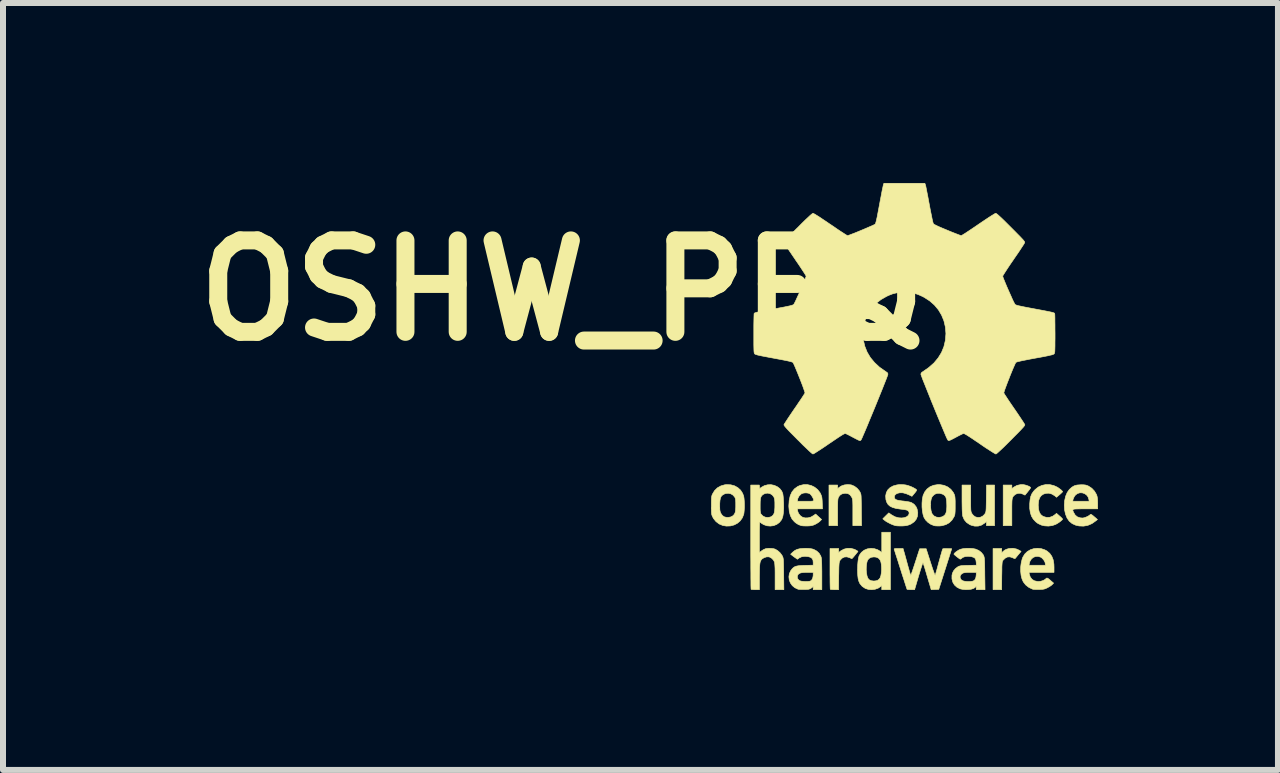
<source format=kicad_pcb>
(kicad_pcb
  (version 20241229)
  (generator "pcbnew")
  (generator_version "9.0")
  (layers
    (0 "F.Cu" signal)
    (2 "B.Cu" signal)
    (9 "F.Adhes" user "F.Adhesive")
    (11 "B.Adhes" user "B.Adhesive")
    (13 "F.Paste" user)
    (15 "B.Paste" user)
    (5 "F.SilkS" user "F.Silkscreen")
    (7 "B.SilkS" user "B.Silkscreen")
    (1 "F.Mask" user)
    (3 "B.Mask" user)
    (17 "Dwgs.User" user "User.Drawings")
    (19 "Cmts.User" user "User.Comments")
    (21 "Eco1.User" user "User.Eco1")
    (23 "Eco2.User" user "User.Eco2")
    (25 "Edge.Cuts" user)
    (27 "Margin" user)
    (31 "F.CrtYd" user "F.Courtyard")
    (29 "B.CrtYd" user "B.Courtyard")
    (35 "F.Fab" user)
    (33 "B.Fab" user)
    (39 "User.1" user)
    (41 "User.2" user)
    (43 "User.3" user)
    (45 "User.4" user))
  (footprint "OSHW_PEQ"
    (layer "F.Cu")
    (at 12.021 3.392)
    (property "Reference" "OSHW_PEQ" (at -5.7 -1.6 0) (layer "F.SilkS") (effects (font (size 1.524 1.524) (thickness 0.3))))
    (attr through_hole)
    (fp_poly (pts (xy 2.013 1.641) (xy 2.044 1.65) (xy 2.073 1.661) (xy 2.096 1.673) (xy 2.107 1.684) (xy 2.108 1.687) (xy 2.103 1.697) (xy 2.09 1.717) (xy 2.07 1.742) (xy 2.061 1.754) (xy 2.014 1.811) (xy 1.979 1.794) (xy 1.936 1.78) (xy 1.893 1.782) (xy 1.854 1.798) (xy 1.822 1.827) (xy 1.81 1.846) (xy 1.805 1.857) (xy 1.802 1.87) (xy 1.799 1.889) (xy 1.797 1.914) (xy 1.796 1.948) (xy 1.795 1.994) (xy 1.795 2.053) (xy 1.795 2.098) (xy 1.795 2.32) (xy 1.651 2.32) (xy 1.651 1.643) (xy 1.795 1.643) (xy 1.795 1.702) (xy 1.828 1.678) (xy 1.881 1.649) (xy 1.941 1.636) (xy 1.984 1.636) (xy 2.013 1.641)) (stroke (width 0.01) (type solid)) (fill yes) (layer "F.SilkS"))
    (fp_poly (pts (xy 1.872 2.709) (xy 1.917 2.729) (xy 1.949 2.749) (xy 1.9 2.807) (xy 1.878 2.834) (xy 1.861 2.855) (xy 1.85 2.867) (xy 1.848 2.87) (xy 1.84 2.868) (xy 1.821 2.861) (xy 1.807 2.854) (xy 1.763 2.84) (xy 1.722 2.842) (xy 1.684 2.862) (xy 1.648 2.897) (xy 1.647 2.899) (xy 1.642 2.907) (xy 1.638 2.916) (xy 1.635 2.929) (xy 1.633 2.947) (xy 1.631 2.973) (xy 1.629 3.008) (xy 1.629 3.056) (xy 1.628 3.117) (xy 1.627 3.154) (xy 1.625 3.387) (xy 1.482 3.387) (xy 1.482 2.701) (xy 1.626 2.701) (xy 1.626 2.772) (xy 1.649 2.75) (xy 1.676 2.728) (xy 1.704 2.714) (xy 1.74 2.703) (xy 1.754 2.701) (xy 1.814 2.697) (xy 1.872 2.709)) (stroke (width 0.01) (type solid)) (fill yes) (layer "F.SilkS"))
    (fp_poly (pts (xy 1.109 1.861) (xy 1.109 1.928) (xy 1.109 1.98) (xy 1.11 2.02) (xy 1.111 2.049) (xy 1.113 2.071) (xy 1.116 2.087) (xy 1.12 2.099) (xy 1.125 2.111) (xy 1.128 2.117) (xy 1.156 2.152) (xy 1.19 2.175) (xy 1.229 2.184) (xy 1.269 2.18) (xy 1.307 2.163) (xy 1.339 2.133) (xy 1.35 2.117) (xy 1.355 2.107) (xy 1.359 2.095) (xy 1.363 2.08) (xy 1.365 2.06) (xy 1.367 2.031) (xy 1.368 1.992) (xy 1.369 1.941) (xy 1.37 1.876) (xy 1.37 1.865) (xy 1.373 1.643) (xy 1.507 1.643) (xy 1.507 2.32) (xy 1.372 2.32) (xy 1.372 2.251) (xy 1.338 2.28) (xy 1.289 2.311) (xy 1.235 2.327) (xy 1.177 2.328) (xy 1.118 2.313) (xy 1.091 2.301) (xy 1.04 2.266) (xy 1.002 2.221) (xy 0.978 2.166) (xy 0.974 2.15) (xy 0.972 2.129) (xy 0.969 2.093) (xy 0.967 2.045) (xy 0.966 1.987) (xy 0.965 1.921) (xy 0.965 1.875) (xy 0.965 1.643) (xy 1.109 1.643) (xy 1.109 1.861)) (stroke (width 0.01) (type solid)) (fill yes) (layer "F.SilkS"))
    (fp_poly (pts (xy -0.89 2.698) (xy -0.833 2.713) (xy -0.815 2.721) (xy -0.791 2.734) (xy -0.775 2.744) (xy -0.77 2.748) (xy -0.775 2.757) (xy -0.789 2.774) (xy -0.807 2.797) (xy -0.827 2.821) (xy -0.846 2.844) (xy -0.862 2.861) (xy -0.87 2.87) (xy -0.871 2.87) (xy -0.88 2.867) (xy -0.9 2.858) (xy -0.912 2.853) (xy -0.955 2.84) (xy -0.997 2.843) (xy -1.035 2.862) (xy -1.066 2.894) (xy -1.073 2.907) (xy -1.078 2.917) (xy -1.081 2.931) (xy -1.084 2.949) (xy -1.086 2.976) (xy -1.088 3.012) (xy -1.089 3.059) (xy -1.09 3.121) (xy -1.091 3.16) (xy -1.093 3.387) (xy -1.159 3.387) (xy -1.191 3.386) (xy -1.216 3.384) (xy -1.23 3.382) (xy -1.23 3.381) (xy -1.232 3.372) (xy -1.233 3.347) (xy -1.234 3.309) (xy -1.235 3.26) (xy -1.235 3.201) (xy -1.236 3.135) (xy -1.236 3.062) (xy -1.236 3.038) (xy -1.236 2.701) (xy -1.092 2.701) (xy -1.092 2.768) (xy -1.054 2.739) (xy -1.004 2.712) (xy -0.949 2.698) (xy -0.89 2.698)) (stroke (width 0.01) (type solid)) (fill yes) (layer "F.SilkS"))
    (fp_poly (pts (xy -0.885 1.64) (xy -0.876 1.643) (xy -0.829 1.663) (xy -0.785 1.696) (xy -0.75 1.736) (xy -0.737 1.758) (xy -0.731 1.77) (xy -0.726 1.781) (xy -0.722 1.794) (xy -0.719 1.811) (xy -0.717 1.833) (xy -0.716 1.863) (xy -0.715 1.902) (xy -0.714 1.953) (xy -0.713 2.018) (xy -0.713 2.06) (xy -0.71 2.32) (xy -0.855 2.32) (xy -0.855 2.102) (xy -0.855 2.035) (xy -0.855 1.983) (xy -0.856 1.943) (xy -0.857 1.913) (xy -0.859 1.892) (xy -0.862 1.875) (xy -0.866 1.862) (xy -0.872 1.85) (xy -0.874 1.845) (xy -0.9 1.809) (xy -0.934 1.787) (xy -0.977 1.78) (xy -0.993 1.781) (xy -1.038 1.791) (xy -1.073 1.815) (xy -1.094 1.846) (xy -1.099 1.857) (xy -1.102 1.87) (xy -1.105 1.889) (xy -1.107 1.914) (xy -1.108 1.948) (xy -1.109 1.994) (xy -1.109 2.053) (xy -1.109 2.098) (xy -1.109 2.32) (xy -1.253 2.32) (xy -1.253 1.643) (xy -1.109 1.643) (xy -1.109 1.705) (xy -1.09 1.687) (xy -1.048 1.659) (xy -0.996 1.641) (xy -0.94 1.635) (xy -0.885 1.64)) (stroke (width 0.01) (type solid)) (fill yes) (layer "F.SilkS"))
    (fp_poly (pts (xy 2.428 1.636) (xy 2.495 1.652) (xy 2.558 1.681) (xy 2.617 1.725) (xy 2.618 1.726) (xy 2.633 1.741) (xy 2.641 1.752) (xy 2.642 1.753) (xy 2.636 1.761) (xy 2.62 1.777) (xy 2.597 1.798) (xy 2.591 1.803) (xy 2.54 1.847) (xy 2.513 1.824) (xy 2.465 1.794) (xy 2.414 1.779) (xy 2.363 1.781) (xy 2.323 1.794) (xy 2.286 1.818) (xy 2.26 1.853) (xy 2.243 1.899) (xy 2.236 1.958) (xy 2.235 1.981) (xy 2.24 2.045) (xy 2.253 2.095) (xy 2.276 2.134) (xy 2.309 2.161) (xy 2.323 2.168) (xy 2.375 2.183) (xy 2.426 2.181) (xy 2.476 2.163) (xy 2.512 2.138) (xy 2.54 2.115) (xy 2.591 2.16) (xy 2.615 2.181) (xy 2.632 2.199) (xy 2.641 2.209) (xy 2.642 2.21) (xy 2.635 2.221) (xy 2.617 2.238) (xy 2.592 2.258) (xy 2.564 2.277) (xy 2.535 2.294) (xy 2.523 2.3) (xy 2.468 2.319) (xy 2.405 2.327) (xy 2.34 2.323) (xy 2.289 2.311) (xy 2.231 2.284) (xy 2.193 2.255) (xy 2.152 2.211) (xy 2.122 2.161) (xy 2.103 2.102) (xy 2.093 2.034) (xy 2.093 1.955) (xy 2.099 1.889) (xy 2.11 1.835) (xy 2.128 1.79) (xy 2.156 1.749) (xy 2.184 1.718) (xy 2.237 1.676) (xy 2.297 1.649) (xy 2.362 1.635) (xy 2.428 1.636)) (stroke (width 0.01) (type solid)) (fill yes) (layer "F.SilkS"))
    (fp_poly (pts (xy -0.229 3.387) (xy -0.373 3.387) (xy -0.373 3.316) (xy -0.392 3.334) (xy -0.433 3.362) (xy -0.484 3.38) (xy -0.54 3.387) (xy -0.595 3.383) (xy -0.647 3.367) (xy -0.65 3.365) (xy -0.7 3.331) (xy -0.737 3.287) (xy -0.757 3.243) (xy -0.767 3.203) (xy -0.773 3.152) (xy -0.776 3.094) (xy -0.776 3.058) (xy -0.632 3.058) (xy -0.628 3.108) (xy -0.618 3.161) (xy -0.603 3.199) (xy -0.58 3.224) (xy -0.548 3.238) (xy -0.506 3.243) (xy -0.505 3.243) (xy -0.475 3.24) (xy -0.448 3.234) (xy -0.441 3.23) (xy -0.418 3.214) (xy -0.4 3.189) (xy -0.388 3.154) (xy -0.38 3.107) (xy -0.376 3.059) (xy -0.377 3.009) (xy -0.381 2.961) (xy -0.389 2.921) (xy -0.401 2.893) (xy -0.402 2.891) (xy -0.429 2.861) (xy -0.466 2.845) (xy -0.504 2.841) (xy -0.549 2.847) (xy -0.584 2.866) (xy -0.606 2.891) (xy -0.618 2.919) (xy -0.626 2.959) (xy -0.631 3.007) (xy -0.632 3.058) (xy -0.776 3.058) (xy -0.776 3.032) (xy -0.774 2.971) (xy -0.769 2.913) (xy -0.762 2.864) (xy -0.752 2.826) (xy -0.746 2.813) (xy -0.713 2.766) (xy -0.668 2.73) (xy -0.614 2.707) (xy -0.553 2.698) (xy -0.55 2.698) (xy -0.495 2.704) (xy -0.443 2.721) (xy -0.4 2.746) (xy -0.392 2.754) (xy -0.373 2.772) (xy -0.373 2.43) (xy -0.229 2.43) (xy -0.229 3.387)) (stroke (width 0.01) (type solid)) (fill yes) (layer "F.SilkS"))
    (fp_poly (pts (xy 2.284 2.703) (xy 2.344 2.723) (xy 2.381 2.743) (xy 2.427 2.782) (xy 2.461 2.831) (xy 2.484 2.889) (xy 2.496 2.96) (xy 2.498 3.01) (xy 2.498 3.099) (xy 2.081 3.099) (xy 2.087 3.131) (xy 2.103 3.178) (xy 2.132 3.215) (xy 2.171 3.239) (xy 2.221 3.25) (xy 2.237 3.251) (xy 2.277 3.247) (xy 2.316 3.235) (xy 2.347 3.218) (xy 2.361 3.206) (xy 2.37 3.197) (xy 2.38 3.193) (xy 2.393 3.197) (xy 2.411 3.209) (xy 2.437 3.231) (xy 2.46 3.251) (xy 2.491 3.278) (xy 2.467 3.303) (xy 2.447 3.32) (xy 2.417 3.339) (xy 2.388 3.355) (xy 2.36 3.368) (xy 2.337 3.376) (xy 2.311 3.381) (xy 2.279 3.383) (xy 2.248 3.384) (xy 2.21 3.384) (xy 2.175 3.383) (xy 2.15 3.381) (xy 2.142 3.379) (xy 2.08 3.35) (xy 2.026 3.308) (xy 1.986 3.257) (xy 1.964 3.207) (xy 1.949 3.147) (xy 1.942 3.079) (xy 1.943 3.008) (xy 1.946 2.98) (xy 2.081 2.98) (xy 2.354 2.98) (xy 2.354 2.961) (xy 2.347 2.927) (xy 2.327 2.892) (xy 2.3 2.862) (xy 2.278 2.846) (xy 2.234 2.832) (xy 2.191 2.834) (xy 2.152 2.849) (xy 2.12 2.877) (xy 2.096 2.916) (xy 2.087 2.949) (xy 2.081 2.98) (xy 1.946 2.98) (xy 1.952 2.938) (xy 1.968 2.873) (xy 1.979 2.845) (xy 2.011 2.793) (xy 2.053 2.752) (xy 2.104 2.722) (xy 2.162 2.703) (xy 2.222 2.697) (xy 2.284 2.703)) (stroke (width 0.01) (type solid)) (fill yes) (layer "F.SilkS"))
    (fp_poly (pts (xy 0.597 1.636) (xy 0.666 1.648) (xy 0.727 1.675) (xy 0.778 1.714) (xy 0.819 1.767) (xy 0.833 1.794) (xy 0.839 1.81) (xy 0.844 1.826) (xy 0.847 1.846) (xy 0.849 1.873) (xy 0.851 1.909) (xy 0.851 1.958) (xy 0.851 1.981) (xy 0.851 2.036) (xy 0.85 2.077) (xy 0.848 2.107) (xy 0.846 2.129) (xy 0.841 2.147) (xy 0.836 2.162) (xy 0.833 2.169) (xy 0.797 2.227) (xy 0.751 2.272) (xy 0.695 2.303) (xy 0.63 2.321) (xy 0.595 2.325) (xy 0.56 2.325) (xy 0.528 2.324) (xy 0.505 2.321) (xy 0.504 2.321) (xy 0.447 2.299) (xy 0.397 2.266) (xy 0.356 2.224) (xy 0.33 2.181) (xy 0.315 2.134) (xy 0.304 2.075) (xy 0.298 2.01) (xy 0.298 1.969) (xy 0.44 1.969) (xy 0.442 2.02) (xy 0.448 2.067) (xy 0.459 2.106) (xy 0.469 2.127) (xy 0.499 2.159) (xy 0.539 2.178) (xy 0.583 2.183) (xy 0.628 2.174) (xy 0.644 2.167) (xy 0.67 2.15) (xy 0.688 2.129) (xy 0.7 2.099) (xy 0.708 2.06) (xy 0.711 2.007) (xy 0.711 1.981) (xy 0.709 1.923) (xy 0.704 1.878) (xy 0.695 1.845) (xy 0.679 1.821) (xy 0.657 1.803) (xy 0.638 1.794) (xy 0.59 1.78) (xy 0.545 1.782) (xy 0.505 1.799) (xy 0.472 1.831) (xy 0.463 1.845) (xy 0.451 1.876) (xy 0.443 1.919) (xy 0.44 1.969) (xy 0.298 1.969) (xy 0.298 1.943) (xy 0.303 1.88) (xy 0.314 1.825) (xy 0.316 1.817) (xy 0.343 1.758) (xy 0.382 1.709) (xy 0.432 1.671) (xy 0.491 1.647) (xy 0.558 1.636) (xy 0.597 1.636)) (stroke (width 0.01) (type solid)) (fill yes) (layer "F.SilkS"))
    (fp_poly (pts (xy -1.611 1.636) (xy -1.549 1.651) (xy -1.492 1.679) (xy -1.442 1.719) (xy -1.402 1.771) (xy -1.39 1.795) (xy -1.38 1.819) (xy -1.373 1.842) (xy -1.369 1.871) (xy -1.366 1.908) (xy -1.365 1.941) (xy -1.361 2.04) (xy -1.778 2.04) (xy -1.778 2.06) (xy -1.774 2.079) (xy -1.765 2.105) (xy -1.759 2.117) (xy -1.731 2.154) (xy -1.695 2.179) (xy -1.651 2.191) (xy -1.603 2.19) (xy -1.554 2.177) (xy -1.506 2.149) (xy -1.503 2.147) (xy -1.476 2.126) (xy -1.426 2.172) (xy -1.376 2.217) (xy -1.401 2.243) (xy -1.422 2.261) (xy -1.452 2.281) (xy -1.479 2.296) (xy -1.51 2.31) (xy -1.538 2.318) (xy -1.57 2.323) (xy -1.606 2.325) (xy -1.645 2.325) (xy -1.68 2.324) (xy -1.708 2.321) (xy -1.713 2.32) (xy -1.761 2.303) (xy -1.805 2.275) (xy -1.83 2.254) (xy -1.869 2.209) (xy -1.897 2.152) (xy -1.915 2.084) (xy -1.922 2.003) (xy -1.922 1.984) (xy -1.917 1.913) (xy -1.78 1.913) (xy -1.644 1.913) (xy -1.593 1.913) (xy -1.556 1.913) (xy -1.532 1.911) (xy -1.517 1.909) (xy -1.51 1.906) (xy -1.507 1.901) (xy -1.507 1.898) (xy -1.512 1.876) (xy -1.526 1.847) (xy -1.544 1.818) (xy -1.563 1.796) (xy -1.569 1.791) (xy -1.598 1.778) (xy -1.636 1.773) (xy -1.674 1.776) (xy -1.707 1.786) (xy -1.715 1.791) (xy -1.751 1.826) (xy -1.772 1.866) (xy -1.775 1.882) (xy -1.78 1.913) (xy -1.917 1.913) (xy -1.916 1.896) (xy -1.899 1.821) (xy -1.87 1.758) (xy -1.829 1.707) (xy -1.777 1.669) (xy -1.739 1.651) (xy -1.675 1.636) (xy -1.611 1.636)) (stroke (width 0.01) (type solid)) (fill yes) (layer "F.SilkS"))
    (fp_poly (pts (xy -2.89 1.639) (xy -2.827 1.656) (xy -2.772 1.687) (xy -2.726 1.729) (xy -2.692 1.782) (xy -2.674 1.831) (xy -2.669 1.864) (xy -2.665 1.91) (xy -2.663 1.962) (xy -2.663 2.015) (xy -2.666 2.066) (xy -2.67 2.108) (xy -2.674 2.131) (xy -2.698 2.191) (xy -2.734 2.241) (xy -2.781 2.281) (xy -2.836 2.309) (xy -2.898 2.325) (xy -2.964 2.327) (xy -3.023 2.317) (xy -3.083 2.292) (xy -3.135 2.253) (xy -3.177 2.202) (xy -3.195 2.168) (xy -3.202 2.152) (xy -3.207 2.136) (xy -3.21 2.115) (xy -3.212 2.088) (xy -3.213 2.051) (xy -3.213 2.002) (xy -3.213 1.982) (xy -3.074 1.982) (xy -3.074 2.026) (xy -3.072 2.057) (xy -3.068 2.08) (xy -3.062 2.1) (xy -3.055 2.115) (xy -3.029 2.152) (xy -2.996 2.174) (xy -2.954 2.183) (xy -2.931 2.182) (xy -2.894 2.176) (xy -2.866 2.163) (xy -2.863 2.162) (xy -2.841 2.143) (xy -2.826 2.122) (xy -2.815 2.095) (xy -2.81 2.061) (xy -2.807 2.014) (xy -2.807 1.981) (xy -2.807 1.933) (xy -2.809 1.898) (xy -2.812 1.874) (xy -2.818 1.856) (xy -2.821 1.849) (xy -2.85 1.813) (xy -2.887 1.79) (xy -2.931 1.78) (xy -2.978 1.785) (xy -3 1.794) (xy -3.028 1.81) (xy -3.049 1.831) (xy -3.062 1.86) (xy -3.07 1.9) (xy -3.074 1.952) (xy -3.074 1.982) (xy -3.213 1.982) (xy -3.213 1.981) (xy -3.213 1.926) (xy -3.212 1.886) (xy -3.211 1.855) (xy -3.208 1.833) (xy -3.204 1.816) (xy -3.198 1.8) (xy -3.195 1.794) (xy -3.16 1.736) (xy -3.113 1.69) (xy -3.056 1.658) (xy -2.991 1.639) (xy -2.96 1.636) (xy -2.89 1.639)) (stroke (width 0.01) (type solid)) (fill yes) (layer "F.SilkS"))
    (fp_poly (pts (xy 2.99 1.639) (xy 3.019 1.642) (xy 3.043 1.648) (xy 3.069 1.659) (xy 3.075 1.662) (xy 3.128 1.697) (xy 3.172 1.744) (xy 3.204 1.798) (xy 3.209 1.809) (xy 3.217 1.836) (xy 3.222 1.866) (xy 3.225 1.904) (xy 3.226 1.948) (xy 3.226 2.04) (xy 3.018 2.04) (xy 2.952 2.04) (xy 2.9 2.041) (xy 2.863 2.042) (xy 2.836 2.044) (xy 2.82 2.048) (xy 2.813 2.055) (xy 2.811 2.064) (xy 2.815 2.077) (xy 2.822 2.093) (xy 2.824 2.098) (xy 2.85 2.142) (xy 2.886 2.173) (xy 2.932 2.189) (xy 2.972 2.193) (xy 2.999 2.189) (xy 3.031 2.178) (xy 3.064 2.163) (xy 3.089 2.147) (xy 3.098 2.139) (xy 3.105 2.133) (xy 3.114 2.132) (xy 3.127 2.138) (xy 3.147 2.153) (xy 3.175 2.177) (xy 3.188 2.188) (xy 3.222 2.218) (xy 3.196 2.239) (xy 3.131 2.285) (xy 3.062 2.315) (xy 2.99 2.328) (xy 2.916 2.325) (xy 2.859 2.312) (xy 2.8 2.285) (xy 2.752 2.245) (xy 2.715 2.192) (xy 2.689 2.126) (xy 2.674 2.056) (xy 2.67 1.976) (xy 2.675 1.913) (xy 2.81 1.913) (xy 3.084 1.913) (xy 3.079 1.882) (xy 3.065 1.84) (xy 3.04 1.808) (xy 3.006 1.785) (xy 2.968 1.773) (xy 2.929 1.772) (xy 2.89 1.784) (xy 2.857 1.808) (xy 2.841 1.828) (xy 2.826 1.855) (xy 2.816 1.881) (xy 2.815 1.886) (xy 2.81 1.913) (xy 2.675 1.913) (xy 2.676 1.899) (xy 2.692 1.829) (xy 2.718 1.768) (xy 2.753 1.718) (xy 2.757 1.714) (xy 2.796 1.679) (xy 2.835 1.656) (xy 2.881 1.643) (xy 2.936 1.639) (xy 2.951 1.638) (xy 2.99 1.639)) (stroke (width 0.01) (type solid)) (fill yes) (layer "F.SilkS"))
    (fp_poly (pts (xy -1.595 2.699) (xy -1.559 2.703) (xy -1.529 2.709) (xy -1.505 2.717) (xy -1.456 2.744) (xy -1.417 2.781) (xy -1.39 2.826) (xy -1.381 2.854) (xy -1.378 2.875) (xy -1.376 2.91) (xy -1.374 2.958) (xy -1.373 3.016) (xy -1.372 3.082) (xy -1.372 3.142) (xy -1.372 3.387) (xy -1.516 3.387) (xy -1.516 3.335) (xy -1.546 3.359) (xy -1.562 3.369) (xy -1.577 3.376) (xy -1.596 3.381) (xy -1.624 3.383) (xy -1.663 3.384) (xy -1.702 3.384) (xy -1.736 3.383) (xy -1.761 3.381) (xy -1.77 3.379) (xy -1.823 3.354) (xy -1.865 3.319) (xy -1.896 3.275) (xy -1.915 3.226) (xy -1.921 3.174) (xy -1.921 3.173) (xy -1.782 3.173) (xy -1.776 3.202) (xy -1.757 3.227) (xy -1.742 3.237) (xy -1.717 3.245) (xy -1.682 3.249) (xy -1.642 3.251) (xy -1.603 3.25) (xy -1.572 3.246) (xy -1.562 3.243) (xy -1.541 3.226) (xy -1.525 3.197) (xy -1.517 3.158) (xy -1.516 3.137) (xy -1.516 3.099) (xy -1.61 3.099) (xy -1.666 3.1) (xy -1.707 3.104) (xy -1.737 3.112) (xy -1.757 3.124) (xy -1.772 3.14) (xy -1.773 3.143) (xy -1.782 3.173) (xy -1.921 3.173) (xy -1.914 3.122) (xy -1.892 3.073) (xy -1.868 3.041) (xy -1.848 3.021) (xy -1.826 3.006) (xy -1.8 2.996) (xy -1.767 2.989) (xy -1.723 2.985) (xy -1.667 2.982) (xy -1.649 2.982) (xy -1.516 2.979) (xy -1.516 2.933) (xy -1.52 2.894) (xy -1.535 2.866) (xy -1.562 2.847) (xy -1.6 2.836) (xy -1.657 2.831) (xy -1.707 2.838) (xy -1.748 2.857) (xy -1.751 2.859) (xy -1.779 2.88) (xy -1.81 2.858) (xy -1.837 2.839) (xy -1.862 2.82) (xy -1.867 2.816) (xy -1.892 2.796) (xy -1.857 2.762) (xy -1.822 2.734) (xy -1.783 2.715) (xy -1.737 2.704) (xy -1.679 2.699) (xy -1.643 2.698) (xy -1.595 2.699)) (stroke (width 0.01) (type solid)) (fill yes) (layer "F.SilkS"))
    (fp_poly (pts (xy -0.002 1.638) (xy 0.029 1.642) (xy 0.067 1.652) (xy 0.11 1.667) (xy 0.151 1.686) (xy 0.185 1.705) (xy 0.198 1.714) (xy 0.205 1.72) (xy 0.208 1.726) (xy 0.206 1.735) (xy 0.197 1.749) (xy 0.18 1.771) (xy 0.153 1.803) (xy 0.15 1.807) (xy 0.13 1.831) (xy 0.075 1.804) (xy 0.032 1.787) (xy -0.011 1.775) (xy -0.028 1.772) (xy -0.074 1.772) (xy -0.112 1.781) (xy -0.142 1.797) (xy -0.159 1.819) (xy -0.164 1.846) (xy -0.16 1.86) (xy -0.152 1.874) (xy -0.138 1.885) (xy -0.115 1.894) (xy -0.081 1.901) (xy -0.034 1.908) (xy -0.011 1.91) (xy 0.032 1.916) (xy 0.072 1.922) (xy 0.103 1.929) (xy 0.121 1.935) (xy 0.166 1.964) (xy 0.199 2.005) (xy 0.216 2.043) (xy 0.227 2.105) (xy 0.222 2.162) (xy 0.202 2.212) (xy 0.168 2.255) (xy 0.118 2.29) (xy 0.1 2.299) (xy 0.068 2.311) (xy 0.037 2.319) (xy 0.001 2.323) (xy -0.029 2.325) (xy -0.069 2.325) (xy -0.107 2.324) (xy -0.137 2.321) (xy -0.143 2.32) (xy -0.179 2.309) (xy -0.221 2.292) (xy -0.264 2.27) (xy -0.303 2.248) (xy -0.328 2.229) (xy -0.356 2.206) (xy -0.306 2.156) (xy -0.256 2.107) (xy -0.213 2.138) (xy -0.153 2.172) (xy -0.091 2.189) (xy -0.043 2.192) (xy 0.003 2.187) (xy 0.04 2.173) (xy 0.067 2.152) (xy 0.082 2.126) (xy 0.082 2.097) (xy 0.075 2.082) (xy 0.064 2.07) (xy 0.045 2.061) (xy 0.015 2.054) (xy -0.027 2.048) (xy -0.063 2.044) (xy -0.135 2.033) (xy -0.192 2.017) (xy -0.236 1.995) (xy -0.268 1.967) (xy -0.29 1.93) (xy -0.304 1.885) (xy -0.304 1.884) (xy -0.308 1.823) (xy -0.297 1.769) (xy -0.272 1.723) (xy -0.234 1.686) (xy -0.183 1.658) (xy -0.121 1.641) (xy -0.085 1.636) (xy -0.044 1.636) (xy -0.002 1.638)) (stroke (width 0.01) (type solid)) (fill yes) (layer "F.SilkS"))
    (fp_poly (pts (xy -0.006 2.744) (xy 0.000289 2.765) (xy 0.01 2.799) (xy 0.022 2.843) (xy 0.036 2.894) (xy 0.051 2.949) (xy 0.056 2.968) (xy 0.071 3.021) (xy 0.084 3.067) (xy 0.095 3.105) (xy 0.104 3.133) (xy 0.109 3.148) (xy 0.11 3.15) (xy 0.114 3.142) (xy 0.122 3.12) (xy 0.134 3.086) (xy 0.149 3.042) (xy 0.166 2.991) (xy 0.185 2.933) (xy 0.187 2.927) (xy 0.259 2.705) (xy 0.367 2.705) (xy 0.439 2.931) (xy 0.458 2.989) (xy 0.475 3.041) (xy 0.491 3.085) (xy 0.503 3.118) (xy 0.512 3.14) (xy 0.517 3.148) (xy 0.517 3.147) (xy 0.521 3.137) (xy 0.528 3.112) (xy 0.539 3.075) (xy 0.552 3.029) (xy 0.566 2.976) (xy 0.58 2.925) (xy 0.596 2.868) (xy 0.61 2.816) (xy 0.623 2.772) (xy 0.633 2.737) (xy 0.64 2.715) (xy 0.643 2.707) (xy 0.654 2.704) (xy 0.677 2.702) (xy 0.709 2.702) (xy 0.721 2.703) (xy 0.793 2.705) (xy 0.685 3.044) (xy 0.577 3.382) (xy 0.451 3.387) (xy 0.385 3.165) (xy 0.368 3.106) (xy 0.352 3.053) (xy 0.338 3.007) (xy 0.326 2.971) (xy 0.318 2.947) (xy 0.314 2.936) (xy 0.314 2.936) (xy 0.311 2.943) (xy 0.303 2.963) (xy 0.292 2.996) (xy 0.278 3.039) (xy 0.262 3.09) (xy 0.244 3.148) (xy 0.241 3.158) (xy 0.174 3.387) (xy 0.113 3.387) (xy 0.082 3.386) (xy 0.059 3.384) (xy 0.048 3.381) (xy 0.048 3.38) (xy 0.045 3.371) (xy 0.037 3.348) (xy 0.025 3.311) (xy 0.01 3.264) (xy -0.008 3.208) (xy -0.029 3.144) (xy -0.051 3.075) (xy -0.059 3.048) (xy -0.082 2.977) (xy -0.103 2.91) (xy -0.122 2.851) (xy -0.139 2.799) (xy -0.152 2.758) (xy -0.161 2.729) (xy -0.166 2.713) (xy -0.167 2.711) (xy -0.165 2.706) (xy -0.151 2.703) (xy -0.125 2.701) (xy -0.095 2.701) (xy -0.018 2.701) (xy -0.006 2.744)) (stroke (width 0.01) (type solid)) (fill yes) (layer "F.SilkS"))
    (fp_poly (pts (xy 1.148 2.702) (xy 1.193 2.711) (xy 1.194 2.712) (xy 1.243 2.733) (xy 1.285 2.765) (xy 1.317 2.804) (xy 1.326 2.821) (xy 1.33 2.833) (xy 1.334 2.848) (xy 1.337 2.866) (xy 1.339 2.891) (xy 1.341 2.924) (xy 1.342 2.968) (xy 1.343 3.024) (xy 1.344 3.094) (xy 1.344 3.122) (xy 1.348 3.387) (xy 1.202 3.387) (xy 1.202 3.355) (xy 1.201 3.336) (xy 1.198 3.331) (xy 1.193 3.339) (xy 1.18 3.352) (xy 1.158 3.366) (xy 1.148 3.37) (xy 1.115 3.38) (xy 1.071 3.385) (xy 1.023 3.386) (xy 0.976 3.382) (xy 0.937 3.374) (xy 0.932 3.373) (xy 0.88 3.346) (xy 0.839 3.309) (xy 0.811 3.262) (xy 0.797 3.208) (xy 0.797 3.162) (xy 0.933 3.162) (xy 0.934 3.191) (xy 0.948 3.218) (xy 0.968 3.234) (xy 0.994 3.244) (xy 1.031 3.25) (xy 1.072 3.252) (xy 1.113 3.25) (xy 1.147 3.244) (xy 1.16 3.238) (xy 1.182 3.218) (xy 1.196 3.183) (xy 1.202 3.137) (xy 1.202 3.131) (xy 1.202 3.099) (xy 1.103 3.099) (xy 1.055 3.099) (xy 1.021 3.102) (xy 0.996 3.106) (xy 0.977 3.112) (xy 0.974 3.114) (xy 0.947 3.135) (xy 0.933 3.162) (xy 0.797 3.162) (xy 0.797 3.149) (xy 0.805 3.113) (xy 0.823 3.075) (xy 0.853 3.038) (xy 0.892 3.008) (xy 0.901 3.003) (xy 0.916 2.996) (xy 0.933 2.991) (xy 0.954 2.987) (xy 0.983 2.985) (xy 1.023 2.983) (xy 1.07 2.982) (xy 1.204 2.979) (xy 1.201 2.928) (xy 1.195 2.89) (xy 1.182 2.864) (xy 1.158 2.848) (xy 1.122 2.837) (xy 1.118 2.836) (xy 1.065 2.831) (xy 1.018 2.835) (xy 0.979 2.849) (xy 0.966 2.858) (xy 0.949 2.872) (xy 0.937 2.878) (xy 0.936 2.879) (xy 0.926 2.874) (xy 0.908 2.861) (xy 0.885 2.844) (xy 0.862 2.825) (xy 0.843 2.809) (xy 0.831 2.797) (xy 0.83 2.794) (xy 0.837 2.782) (xy 0.855 2.764) (xy 0.88 2.746) (xy 0.908 2.728) (xy 0.935 2.715) (xy 0.941 2.713) (xy 0.984 2.703) (xy 1.037 2.698) (xy 1.094 2.698) (xy 1.148 2.702)) (stroke (width 0.01) (type solid)) (fill yes) (layer "F.SilkS"))
    (fp_poly (pts (xy -2.165 1.648) (xy -2.116 1.67) (xy -2.073 1.702) (xy -2.04 1.745) (xy -2.023 1.786) (xy -2.02 1.805) (xy -2.016 1.837) (xy -2.013 1.879) (xy -2.01 1.925) (xy -2.009 1.939) (xy -2.008 2.027) (xy -2.012 2.1) (xy -2.021 2.16) (xy -2.036 2.206) (xy -2.045 2.223) (xy -2.08 2.267) (xy -2.124 2.299) (xy -2.176 2.32) (xy -2.231 2.327) (xy -2.287 2.322) (xy -2.341 2.303) (xy -2.376 2.282) (xy -2.394 2.268) (xy -2.406 2.261) (xy -2.408 2.261) (xy -2.409 2.269) (xy -2.41 2.292) (xy -2.411 2.327) (xy -2.412 2.374) (xy -2.413 2.429) (xy -2.413 2.491) (xy -2.413 2.515) (xy -2.413 2.768) (xy -2.375 2.739) (xy -2.347 2.721) (xy -2.318 2.708) (xy -2.305 2.703) (xy -2.262 2.698) (xy -2.217 2.699) (xy -2.175 2.704) (xy -2.149 2.712) (xy -2.109 2.736) (xy -2.07 2.77) (xy -2.039 2.811) (xy -2.03 2.826) (xy -2.025 2.838) (xy -2.02 2.85) (xy -2.017 2.864) (xy -2.014 2.882) (xy -2.012 2.906) (xy -2.011 2.938) (xy -2.01 2.981) (xy -2.009 3.036) (xy -2.008 3.105) (xy -2.008 3.126) (xy -2.005 3.387) (xy -2.151 3.387) (xy -2.151 3.174) (xy -2.151 3.094) (xy -2.152 3.029) (xy -2.155 2.978) (xy -2.158 2.944) (xy -2.16 2.928) (xy -2.179 2.893) (xy -2.208 2.863) (xy -2.244 2.843) (xy -2.257 2.84) (xy -2.292 2.84) (xy -2.33 2.852) (xy -2.364 2.871) (xy -2.381 2.888) (xy -2.39 2.903) (xy -2.398 2.92) (xy -2.403 2.943) (xy -2.407 2.973) (xy -2.41 3.013) (xy -2.411 3.063) (xy -2.412 3.128) (xy -2.413 3.186) (xy -2.413 3.387) (xy -2.479 3.387) (xy -2.511 3.386) (xy -2.537 3.384) (xy -2.55 3.382) (xy -2.551 3.381) (xy -2.552 3.372) (xy -2.553 3.347) (xy -2.554 3.308) (xy -2.554 3.254) (xy -2.555 3.189) (xy -2.555 3.112) (xy -2.556 3.025) (xy -2.556 2.929) (xy -2.557 2.825) (xy -2.557 2.715) (xy -2.557 2.599) (xy -2.557 2.509) (xy -2.557 1.986) (xy -2.4 1.986) (xy -2.4 2.035) (xy -2.399 2.071) (xy -2.396 2.095) (xy -2.393 2.112) (xy -2.387 2.125) (xy -2.385 2.128) (xy -2.355 2.159) (xy -2.317 2.178) (xy -2.275 2.184) (xy -2.233 2.177) (xy -2.211 2.167) (xy -2.19 2.151) (xy -2.175 2.13) (xy -2.164 2.102) (xy -2.158 2.064) (xy -2.155 2.013) (xy -2.155 1.981) (xy -2.155 1.935) (xy -2.157 1.901) (xy -2.16 1.877) (xy -2.165 1.859) (xy -2.172 1.842) (xy -2.172 1.841) (xy -2.198 1.809) (xy -2.233 1.787) (xy -2.273 1.778) (xy -2.314 1.782) (xy -2.346 1.797) (xy -2.366 1.812) (xy -2.38 1.829) (xy -2.39 1.85) (xy -2.396 1.878) (xy -2.399 1.917) (xy -2.4 1.969) (xy -2.4 1.986) (xy -2.557 1.986) (xy -2.557 1.643) (xy -2.414 1.643) (xy -2.411 1.673) (xy -2.409 1.703) (xy -2.38 1.681) (xy -2.329 1.653) (xy -2.275 1.639) (xy -2.219 1.637) (xy -2.165 1.648)) (stroke (width 0.01) (type solid)) (fill yes) (layer "F.SilkS"))
    (fp_poly (pts (xy 0.354 -3.363) (xy 0.358 -3.35) (xy 0.364 -3.322) (xy 0.372 -3.281) (xy 0.382 -3.23) (xy 0.394 -3.17) (xy 0.406 -3.104) (xy 0.419 -3.035) (xy 0.432 -2.965) (xy 0.445 -2.899) (xy 0.457 -2.841) (xy 0.467 -2.79) (xy 0.476 -2.751) (xy 0.483 -2.725) (xy 0.487 -2.713) (xy 0.499 -2.703) (xy 0.528 -2.688) (xy 0.572 -2.667) (xy 0.632 -2.641) (xy 0.709 -2.609) (xy 0.718 -2.605) (xy 0.776 -2.581) (xy 0.829 -2.56) (xy 0.875 -2.542) (xy 0.912 -2.528) (xy 0.938 -2.518) (xy 0.951 -2.515) (xy 0.952 -2.515) (xy 0.962 -2.519) (xy 0.984 -2.533) (xy 1.017 -2.553) (xy 1.059 -2.581) (xy 1.109 -2.614) (xy 1.164 -2.651) (xy 1.224 -2.692) (xy 1.237 -2.701) (xy 1.299 -2.743) (xy 1.356 -2.781) (xy 1.407 -2.815) (xy 1.452 -2.844) (xy 1.488 -2.866) (xy 1.513 -2.881) (xy 1.526 -2.887) (xy 1.527 -2.887) (xy 1.537 -2.882) (xy 1.556 -2.868) (xy 1.584 -2.843) (xy 1.622 -2.808) (xy 1.67 -2.762) (xy 1.728 -2.704) (xy 1.781 -2.651) (xy 1.84 -2.592) (xy 1.888 -2.543) (xy 1.927 -2.504) (xy 1.956 -2.473) (xy 1.978 -2.45) (xy 1.993 -2.432) (xy 2.003 -2.419) (xy 2.008 -2.409) (xy 2.009 -2.402) (xy 2.008 -2.396) (xy 2.007 -2.394) (xy 2.001 -2.382) (xy 1.986 -2.358) (xy 1.963 -2.323) (xy 1.935 -2.28) (xy 1.901 -2.229) (xy 1.863 -2.174) (xy 1.822 -2.114) (xy 1.821 -2.112) (xy 1.78 -2.053) (xy 1.743 -1.998) (xy 1.71 -1.948) (xy 1.683 -1.906) (xy 1.662 -1.873) (xy 1.648 -1.85) (xy 1.643 -1.84) (xy 1.643 -1.84) (xy 1.646 -1.827) (xy 1.655 -1.801) (xy 1.67 -1.764) (xy 1.688 -1.72) (xy 1.709 -1.67) (xy 1.732 -1.617) (xy 1.756 -1.563) (xy 1.779 -1.512) (xy 1.8 -1.464) (xy 1.819 -1.423) (xy 1.835 -1.392) (xy 1.846 -1.372) (xy 1.849 -1.367) (xy 1.858 -1.362) (xy 1.872 -1.356) (xy 1.894 -1.349) (xy 1.926 -1.342) (xy 1.968 -1.333) (xy 2.022 -1.322) (xy 2.091 -1.309) (xy 2.155 -1.297) (xy 2.24 -1.281) (xy 2.31 -1.268) (xy 2.367 -1.257) (xy 2.411 -1.248) (xy 2.445 -1.241) (xy 2.47 -1.235) (xy 2.487 -1.23) (xy 2.498 -1.226) (xy 2.504 -1.222) (xy 2.508 -1.218) (xy 2.509 -1.214) (xy 2.511 -1.203) (xy 2.512 -1.177) (xy 2.513 -1.137) (xy 2.513 -1.087) (xy 2.514 -1.028) (xy 2.514 -0.961) (xy 2.515 -0.889) (xy 2.515 -0.881) (xy 2.515 -0.798) (xy 2.514 -0.731) (xy 2.514 -0.677) (xy 2.513 -0.635) (xy 2.512 -0.604) (xy 2.511 -0.581) (xy 2.508 -0.565) (xy 2.506 -0.554) (xy 2.502 -0.547) (xy 2.5 -0.544) (xy 2.493 -0.539) (xy 2.481 -0.533) (xy 2.462 -0.527) (xy 2.434 -0.521) (xy 2.397 -0.512) (xy 2.347 -0.502) (xy 2.285 -0.49) (xy 2.208 -0.476) (xy 2.18 -0.471) (xy 2.094 -0.455) (xy 2.024 -0.441) (xy 1.967 -0.43) (xy 1.924 -0.42) (xy 1.893 -0.413) (xy 1.873 -0.406) (xy 1.863 -0.401) (xy 1.862 -0.4) (xy 1.855 -0.388) (xy 1.843 -0.362) (xy 1.827 -0.326) (xy 1.808 -0.282) (xy 1.787 -0.231) (xy 1.765 -0.177) (xy 1.744 -0.122) (xy 1.722 -0.067) (xy 1.703 -0.016) (xy 1.686 0.029) (xy 1.673 0.066) (xy 1.665 0.093) (xy 1.661 0.107) (xy 1.661 0.108) (xy 1.667 0.118) (xy 1.681 0.141) (xy 1.703 0.174) (xy 1.73 0.216) (xy 1.763 0.265) (xy 1.8 0.319) (xy 1.835 0.37) (xy 1.875 0.428) (xy 1.912 0.483) (xy 1.944 0.531) (xy 1.972 0.573) (xy 1.993 0.605) (xy 2.006 0.627) (xy 2.011 0.636) (xy 2.011 0.642) (xy 2.007 0.651) (xy 1.998 0.664) (xy 1.983 0.682) (xy 1.96 0.707) (xy 1.93 0.739) (xy 1.891 0.779) (xy 1.841 0.829) (xy 1.781 0.89) (xy 1.713 0.958) (xy 1.655 1.015) (xy 1.607 1.06) (xy 1.57 1.094) (xy 1.545 1.116) (xy 1.53 1.126) (xy 1.528 1.126) (xy 1.518 1.121) (xy 1.495 1.108) (xy 1.461 1.087) (xy 1.419 1.06) (xy 1.369 1.028) (xy 1.314 0.991) (xy 1.258 0.952) (xy 1.188 0.905) (xy 1.131 0.866) (xy 1.085 0.836) (xy 1.049 0.813) (xy 1.023 0.798) (xy 1.004 0.788) (xy 0.992 0.784) (xy 0.987 0.784) (xy 0.973 0.79) (xy 0.948 0.802) (xy 0.914 0.819) (xy 0.876 0.839) (xy 0.869 0.843) (xy 0.822 0.868) (xy 0.789 0.885) (xy 0.765 0.896) (xy 0.749 0.901) (xy 0.739 0.901) (xy 0.732 0.897) (xy 0.725 0.888) (xy 0.725 0.887) (xy 0.718 0.874) (xy 0.705 0.847) (xy 0.688 0.807) (xy 0.667 0.757) (xy 0.642 0.698) (xy 0.614 0.631) (xy 0.584 0.559) (xy 0.552 0.482) (xy 0.519 0.402) (xy 0.486 0.321) (xy 0.453 0.241) (xy 0.422 0.163) (xy 0.392 0.088) (xy 0.364 0.018) (xy 0.339 -0.045) (xy 0.317 -0.099) (xy 0.3 -0.144) (xy 0.288 -0.177) (xy 0.281 -0.197) (xy 0.279 -0.203) (xy 0.283 -0.221) (xy 0.296 -0.237) (xy 0.311 -0.246) (xy 0.411 -0.316) (xy 0.497 -0.392) (xy 0.567 -0.476) (xy 0.623 -0.567) (xy 0.663 -0.665) (xy 0.687 -0.768) (xy 0.696 -0.877) (xy 0.696 -0.885) (xy 0.687 -0.992) (xy 0.663 -1.094) (xy 0.624 -1.189) (xy 0.571 -1.278) (xy 0.504 -1.358) (xy 0.425 -1.427) (xy 0.335 -1.485) (xy 0.302 -1.502) (xy 0.235 -1.532) (xy 0.174 -1.552) (xy 0.114 -1.564) (xy 0.047 -1.569) (xy 0.004 -1.57) (xy -0.069 -1.567) (xy -0.132 -1.559) (xy -0.192 -1.544) (xy -0.254 -1.52) (xy -0.293 -1.502) (xy -0.387 -1.448) (xy -0.47 -1.383) (xy -0.541 -1.306) (xy -0.599 -1.221) (xy -0.643 -1.127) (xy -0.672 -1.027) (xy -0.686 -0.922) (xy -0.687 -0.885) (xy -0.68 -0.775) (xy -0.656 -0.671) (xy -0.617 -0.573) (xy -0.563 -0.482) (xy -0.493 -0.398) (xy -0.409 -0.32) (xy -0.31 -0.251) (xy -0.303 -0.246) (xy -0.281 -0.231) (xy -0.272 -0.215) (xy -0.271 -0.203) (xy -0.274 -0.191) (xy -0.283 -0.166) (xy -0.297 -0.128) (xy -0.316 -0.08) (xy -0.339 -0.022) (xy -0.365 0.044) (xy -0.394 0.115) (xy -0.425 0.192) (xy -0.457 0.271) (xy -0.49 0.352) (xy -0.523 0.432) (xy -0.556 0.511) (xy -0.587 0.586) (xy -0.616 0.657) (xy -0.643 0.721) (xy -0.667 0.777) (xy -0.687 0.823) (xy -0.702 0.858) (xy -0.713 0.881) (xy -0.716 0.887) (xy -0.723 0.896) (xy -0.729 0.901) (xy -0.739 0.902) (xy -0.755 0.897) (xy -0.777 0.887) (xy -0.81 0.87) (xy -0.856 0.846) (xy -0.861 0.843) (xy -0.899 0.823) (xy -0.934 0.805) (xy -0.961 0.792) (xy -0.977 0.785) (xy -0.979 0.784) (xy -0.987 0.785) (xy -1 0.79) (xy -1.021 0.801) (xy -1.05 0.819) (xy -1.088 0.843) (xy -1.137 0.876) (xy -1.198 0.917) (xy -1.25 0.952) (xy -1.308 0.992) (xy -1.363 1.029) (xy -1.412 1.061) (xy -1.454 1.088) (xy -1.487 1.109) (xy -1.51 1.122) (xy -1.52 1.126) (xy -1.531 1.12) (xy -1.553 1.102) (xy -1.587 1.071) (xy -1.631 1.029) (xy -1.687 0.976) (xy -1.752 0.91) (xy -1.773 0.89) (xy -1.833 0.829) (xy -1.883 0.779) (xy -1.922 0.739) (xy -1.952 0.707) (xy -1.974 0.682) (xy -1.989 0.664) (xy -1.998 0.651) (xy -2.003 0.642) (xy -2.003 0.636) (xy -1.997 0.625) (xy -1.982 0.602) (xy -1.96 0.568) (xy -1.932 0.525) (xy -1.899 0.476) (xy -1.862 0.421) (xy -1.827 0.37) (xy -1.787 0.312) (xy -1.751 0.258) (xy -1.718 0.21) (xy -1.691 0.169) (xy -1.671 0.138) (xy -1.657 0.116) (xy -1.653 0.108) (xy -1.655 0.097) (xy -1.663 0.072) (xy -1.675 0.037) (xy -1.691 -0.008) (xy -1.71 -0.058) (xy -1.731 -0.112) (xy -1.753 -0.167) (xy -1.775 -0.222) (xy -1.796 -0.273) (xy -1.815 -0.319) (xy -1.832 -0.357) (xy -1.844 -0.384) (xy -1.853 -0.399) (xy -1.853 -0.4) (xy -1.862 -0.405) (xy -1.88 -0.411) (xy -1.909 -0.419) (xy -1.949 -0.428) (xy -2.003 -0.439) (xy -2.07 -0.452) (xy -2.153 -0.467) (xy -2.172 -0.471) (xy -2.254 -0.486) (xy -2.321 -0.499) (xy -2.374 -0.509) (xy -2.415 -0.518) (xy -2.446 -0.525) (xy -2.467 -0.532) (xy -2.482 -0.537) (xy -2.49 -0.542) (xy -2.491 -0.544) (xy -2.495 -0.549) (xy -2.498 -0.557) (xy -2.501 -0.569) (xy -2.503 -0.588) (xy -2.504 -0.613) (xy -2.505 -0.648) (xy -2.506 -0.693) (xy -2.506 -0.751) (xy -2.506 -0.823) (xy -2.506 -0.881) (xy -2.506 -0.953) (xy -2.506 -1.021) (xy -2.505 -1.081) (xy -2.504 -1.132) (xy -2.503 -1.173) (xy -2.502 -1.201) (xy -2.501 -1.214) (xy -2.501 -1.214) (xy -2.499 -1.219) (xy -2.495 -1.223) (xy -2.487 -1.227) (xy -2.475 -1.231) (xy -2.456 -1.237) (xy -2.43 -1.243) (xy -2.394 -1.25) (xy -2.347 -1.259) (xy -2.287 -1.271) (xy -2.214 -1.284) (xy -2.147 -1.297) (xy -2.066 -1.312) (xy -2.001 -1.324) (xy -1.949 -1.335) (xy -1.91 -1.343) (xy -1.88 -1.351) (xy -1.86 -1.357) (xy -1.847 -1.363) (xy -1.841 -1.367) (xy -1.834 -1.378) (xy -1.821 -1.403) (xy -1.804 -1.438) (xy -1.784 -1.482) (xy -1.761 -1.531) (xy -1.738 -1.584) (xy -1.715 -1.638) (xy -1.692 -1.69) (xy -1.672 -1.738) (xy -1.655 -1.779) (xy -1.643 -1.812) (xy -1.635 -1.833) (xy -1.634 -1.84) (xy -1.639 -1.849) (xy -1.652 -1.871) (xy -1.673 -1.904) (xy -1.7 -1.945) (xy -1.732 -1.994) (xy -1.769 -2.049) (xy -1.81 -2.108) (xy -1.812 -2.112) (xy -1.853 -2.172) (xy -1.891 -2.228) (xy -1.925 -2.278) (xy -1.954 -2.322) (xy -1.977 -2.357) (xy -1.992 -2.381) (xy -1.999 -2.394) (xy -1.999 -2.394) (xy -2.001 -2.4) (xy -2 -2.407) (xy -1.996 -2.416) (xy -1.988 -2.427) (xy -1.975 -2.444) (xy -1.955 -2.466) (xy -1.928 -2.494) (xy -1.892 -2.531) (xy -1.847 -2.577) (xy -1.791 -2.633) (xy -1.772 -2.651) (xy -1.705 -2.719) (xy -1.649 -2.774) (xy -1.603 -2.817) (xy -1.568 -2.85) (xy -1.542 -2.872) (xy -1.525 -2.884) (xy -1.519 -2.887) (xy -1.508 -2.882) (xy -1.484 -2.869) (xy -1.45 -2.848) (xy -1.407 -2.821) (xy -1.357 -2.787) (xy -1.301 -2.75) (xy -1.24 -2.708) (xy -1.229 -2.701) (xy -1.168 -2.66) (xy -1.112 -2.621) (xy -1.061 -2.587) (xy -1.017 -2.559) (xy -0.982 -2.536) (xy -0.957 -2.521) (xy -0.945 -2.515) (xy -0.944 -2.515) (xy -0.931 -2.518) (xy -0.905 -2.527) (xy -0.869 -2.541) (xy -0.824 -2.558) (xy -0.775 -2.578) (xy -0.722 -2.6) (xy -0.669 -2.622) (xy -0.618 -2.644) (xy -0.572 -2.664) (xy -0.532 -2.681) (xy -0.503 -2.695) (xy -0.485 -2.705) (xy -0.482 -2.707) (xy -0.477 -2.718) (xy -0.47 -2.74) (xy -0.461 -2.776) (xy -0.45 -2.825) (xy -0.438 -2.889) (xy -0.423 -2.968) (xy -0.411 -3.031) (xy -0.398 -3.102) (xy -0.385 -3.169) (xy -0.374 -3.229) (xy -0.364 -3.28) (xy -0.355 -3.321) (xy -0.349 -3.35) (xy -0.346 -3.363) (xy -0.346 -3.363) (xy -0.337 -3.387) (xy 0.345 -3.387) (xy 0.354 -3.363)) (stroke (width 0.01) (type solid)) (fill yes) (layer "F.SilkS")))
  (gr_rect
    (start -3 -3)
    (end 18.252 9.784)
    (stroke (width 0.1) (type default))
    (fill no)
    (layer "Edge.Cuts")))
</source>
